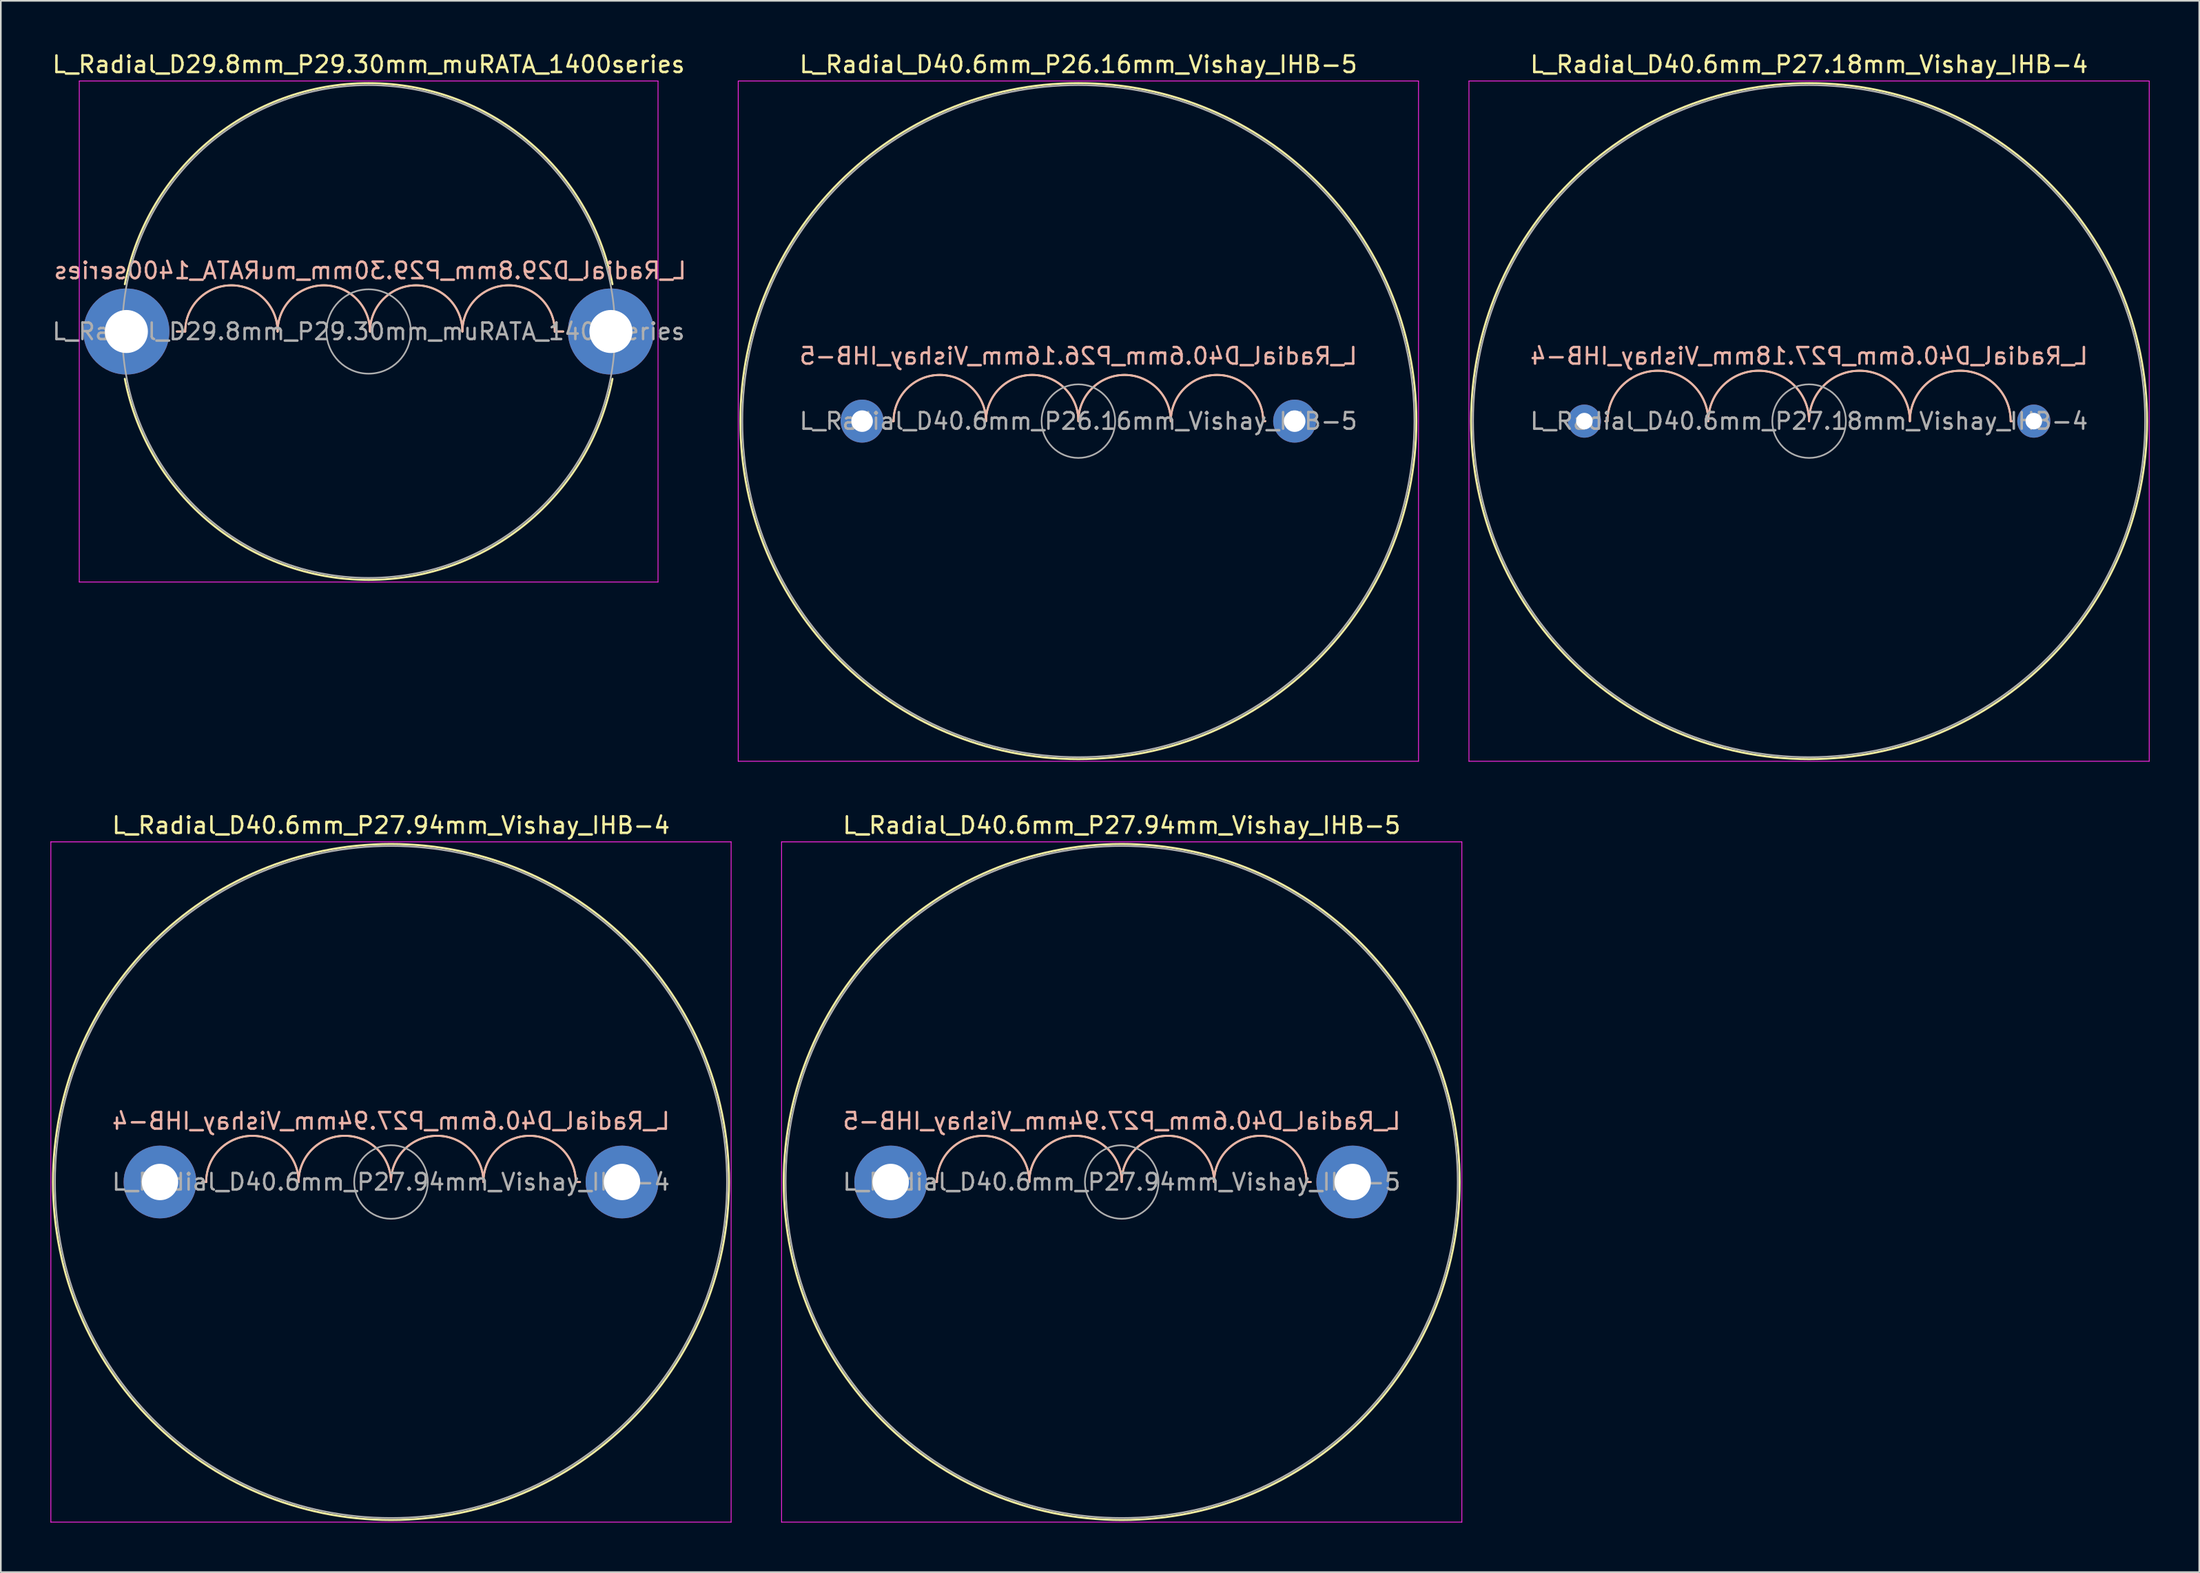
<source format=kicad_pcb>
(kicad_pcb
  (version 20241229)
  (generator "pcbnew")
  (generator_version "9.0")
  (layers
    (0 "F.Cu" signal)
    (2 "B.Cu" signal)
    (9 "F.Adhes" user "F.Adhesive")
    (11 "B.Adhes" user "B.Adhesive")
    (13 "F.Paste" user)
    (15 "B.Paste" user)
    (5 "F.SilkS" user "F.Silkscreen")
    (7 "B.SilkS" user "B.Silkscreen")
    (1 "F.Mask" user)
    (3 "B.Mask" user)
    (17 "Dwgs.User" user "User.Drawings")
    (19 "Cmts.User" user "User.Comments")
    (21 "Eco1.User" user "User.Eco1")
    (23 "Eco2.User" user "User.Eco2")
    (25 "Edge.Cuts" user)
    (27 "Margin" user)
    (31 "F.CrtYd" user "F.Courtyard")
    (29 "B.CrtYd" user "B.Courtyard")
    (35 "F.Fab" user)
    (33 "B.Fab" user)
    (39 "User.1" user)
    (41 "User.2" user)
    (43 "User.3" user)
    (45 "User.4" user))
  (footprint "L_Radial_D40.6mm_P26.16mm_Vishay_IHB-5"
    (layer "F.Cu")
    (at 49.085 22.418)
    (property "Reference" "L_Radial_D40.6mm_P26.16mm_Vishay_IHB-5" (at 13.08 -21.57 0) (layer "F.SilkS") (effects (font (size 1 1) (thickness 0.15))))
    (fp_line (start 1.904 0) (end 1.778 0) (stroke (width 0.12) (type solid)) (layer "F.SilkS"))
    (fp_line (start 24.256 0) (end 24.384 0) (stroke (width 0.12) (type solid)) (layer "F.SilkS"))
    (fp_arc (start 1.904 0) (mid 4.698 -2.794) (end 7.492 0) (stroke (width 0.12) (type solid)) (layer "F.SilkS"))
    (fp_arc (start 7.492 0) (mid 10.286 -2.794) (end 13.08 0) (stroke (width 0.12) (type solid)) (layer "F.SilkS"))
    (fp_arc (start 13.08 0) (mid 15.874 -2.794) (end 18.668 0) (stroke (width 0.12) (type solid)) (layer "F.SilkS"))
    (fp_arc (start 18.668 0) (mid 21.462 -2.794) (end 24.256 0) (stroke (width 0.12) (type solid)) (layer "F.SilkS"))
    (fp_circle (center 13.08 0) (end 33.52 0) (stroke (width 0.12) (type solid)) (fill no) (layer "F.SilkS"))
    (fp_line (start 1.906 0) (end 1.778 0) (stroke (width 0.12) (type solid)) (layer "B.SilkS"))
    (fp_line (start 24.258 0) (end 24.384 0) (stroke (width 0.12) (type solid)) (layer "B.SilkS"))
    (fp_arc (start 1.906 0) (mid 4.7 -2.794) (end 7.494 0) (stroke (width 0.12) (type solid)) (layer "B.SilkS"))
    (fp_arc (start 7.494 0) (mid 10.288 -2.794) (end 13.082 0) (stroke (width 0.12) (type solid)) (layer "B.SilkS"))
    (fp_arc (start 13.082 0) (mid 15.876 -2.794) (end 18.67 0) (stroke (width 0.12) (type solid)) (layer "B.SilkS"))
    (fp_arc (start 18.67 0) (mid 21.464 -2.794) (end 24.258 0) (stroke (width 0.12) (type solid)) (layer "B.SilkS"))
    (fp_line (start -7.49 -20.57) (end -7.49 20.57) (stroke (width 0.05) (type solid)) (layer "F.CrtYd"))
    (fp_line (start -7.49 20.57) (end 33.65 20.57) (stroke (width 0.05) (type solid)) (layer "F.CrtYd"))
    (fp_line (start 33.65 -20.57) (end -7.49 -20.57) (stroke (width 0.05) (type solid)) (layer "F.CrtYd"))
    (fp_line (start 33.65 20.57) (end 33.65 -20.57) (stroke (width 0.05) (type solid)) (layer "F.CrtYd"))
    (fp_circle (center 13.08 0) (end 15.305 0) (stroke (width 0.1) (type solid)) (fill no) (layer "F.Fab"))
    (fp_circle (center 13.08 0) (end 33.4 0) (stroke (width 0.1) (type solid)) (fill no) (layer "F.Fab"))
    (fp_text user "${REFERENCE}" (at 13.081 -3.937 0) (layer "B.SilkS") (effects (font (size 1 1) (thickness 0.15)) (justify mirror)))
    (fp_text user "${REFERENCE}" (at 13.08 0 0) (layer "F.Fab") (effects (font (size 1 1) (thickness 0.15))))
    (pad "1" thru_hole circle (at 0 0) (size 2.6 2.6) (drill 1.3) (layers "*.Cu" "*.Mask"))
    (pad "2" thru_hole circle (at 26.16 0) (size 2.6 2.6) (drill 1.3) (layers "*.Cu" "*.Mask")))
  (footprint "L_Radial_D40.6mm_P27.18mm_Vishay_IHB-4"
    (layer "F.Cu")
    (at 92.765 22.418)
    (property "Reference" "L_Radial_D40.6mm_P27.18mm_Vishay_IHB-4" (at 13.59 -21.57 0) (layer "F.SilkS") (effects (font (size 1 1) (thickness 0.15))))
    (fp_line (start 1.398 0) (end 1.27 0) (stroke (width 0.12) (type solid)) (layer "F.SilkS"))
    (fp_line (start 25.782 0) (end 25.908 0) (stroke (width 0.12) (type solid)) (layer "F.SilkS"))
    (fp_arc (start 1.398 0) (mid 4.446 -3.048) (end 7.494 0) (stroke (width 0.12) (type solid)) (layer "F.SilkS"))
    (fp_arc (start 7.494 0) (mid 10.542 -3.048) (end 13.59 0) (stroke (width 0.12) (type solid)) (layer "F.SilkS"))
    (fp_arc (start 13.59 0) (mid 16.638 -3.048) (end 19.686 0) (stroke (width 0.12) (type solid)) (layer "F.SilkS"))
    (fp_arc (start 19.686 0) (mid 22.734 -3.048) (end 25.782 0) (stroke (width 0.12) (type solid)) (layer "F.SilkS"))
    (fp_circle (center 13.59 0) (end 34.03 0) (stroke (width 0.12) (type solid)) (fill no) (layer "F.SilkS"))
    (fp_line (start 1.396 0) (end 1.27 0) (stroke (width 0.12) (type solid)) (layer "B.SilkS"))
    (fp_line (start 25.78 0) (end 25.908 0) (stroke (width 0.12) (type solid)) (layer "B.SilkS"))
    (fp_arc (start 1.396 0) (mid 4.444 -3.048) (end 7.492 0) (stroke (width 0.12) (type solid)) (layer "B.SilkS"))
    (fp_arc (start 7.492 0) (mid 10.54 -3.048) (end 13.588 0) (stroke (width 0.12) (type solid)) (layer "B.SilkS"))
    (fp_arc (start 13.588 0) (mid 16.636 -3.048) (end 19.684 0) (stroke (width 0.12) (type solid)) (layer "B.SilkS"))
    (fp_arc (start 19.684 0) (mid 22.732 -3.048) (end 25.78 0) (stroke (width 0.12) (type solid)) (layer "B.SilkS"))
    (fp_line (start -6.98 -20.57) (end -6.98 20.57) (stroke (width 0.05) (type solid)) (layer "F.CrtYd"))
    (fp_line (start -6.98 20.57) (end 34.16 20.57) (stroke (width 0.05) (type solid)) (layer "F.CrtYd"))
    (fp_line (start 34.16 -20.57) (end -6.98 -20.57) (stroke (width 0.05) (type solid)) (layer "F.CrtYd"))
    (fp_line (start 34.16 20.57) (end 34.16 -20.57) (stroke (width 0.05) (type solid)) (layer "F.CrtYd"))
    (fp_circle (center 13.59 0) (end 15.815 0) (stroke (width 0.1) (type solid)) (fill no) (layer "F.Fab"))
    (fp_circle (center 13.59 0) (end 33.91 0) (stroke (width 0.1) (type solid)) (fill no) (layer "F.Fab"))
    (fp_text user "${REFERENCE}" (at 13.589 -3.937 0) (layer "B.SilkS") (effects (font (size 1 1) (thickness 0.15)) (justify mirror)))
    (fp_text user "${REFERENCE}" (at 13.59 0 0) (layer "F.Fab") (effects (font (size 1 1) (thickness 0.15))))
    (pad "1" thru_hole circle (at 0 0) (size 2 2) (drill 1) (layers "*.Cu" "*.Mask"))
    (pad "2" thru_hole circle (at 27.18 0) (size 2 2) (drill 1) (layers "*.Cu" "*.Mask")))
  (footprint "L_Radial_D29.8mm_P29.30mm_muRATA_1400series"
    (layer "F.Cu")
    (at 4.594 16.998)
    (property "Reference" "L_Radial_D29.8mm_P29.30mm_muRATA_1400series" (at 14.65 -16.15 0) (layer "F.SilkS") (effects (font (size 1 1) (thickness 0.15))))
    (fp_line (start 3.556 0) (end 3.048 0) (stroke (width 0.12) (type solid)) (layer "F.SilkS"))
    (fp_line (start 25.908 0) (end 26.416 0) (stroke (width 0.12) (type solid)) (layer "F.SilkS"))
    (fp_arc (start -0.095196 -2.86) (mid 14.65 -15.02) (end 29.395196 -2.86) (stroke (width 0.12) (type solid)) (layer "F.SilkS"))
    (fp_arc (start 3.556 0) (mid 6.35 -2.794) (end 9.144 0) (stroke (width 0.12) (type solid)) (layer "F.SilkS"))
    (fp_arc (start 9.144 0) (mid 11.938 -2.794) (end 14.732 0) (stroke (width 0.12) (type solid)) (layer "F.SilkS"))
    (fp_arc (start 14.732 0) (mid 17.526 -2.794) (end 20.32 0) (stroke (width 0.12) (type solid)) (layer "F.SilkS"))
    (fp_arc (start 20.32 0) (mid 23.114 -2.794) (end 25.908 0) (stroke (width 0.12) (type solid)) (layer "F.SilkS"))
    (fp_arc (start 29.395196 2.86) (mid 14.65 15.02) (end -0.095196 2.86) (stroke (width 0.12) (type solid)) (layer "F.SilkS"))
    (fp_line (start 3.556 0) (end 3.048 0) (stroke (width 0.12) (type solid)) (layer "B.SilkS"))
    (fp_line (start 25.908 0) (end 26.416 0) (stroke (width 0.12) (type solid)) (layer "B.SilkS"))
    (fp_arc (start 3.556 0) (mid 6.35 -2.794) (end 9.144 0) (stroke (width 0.12) (type solid)) (layer "B.SilkS"))
    (fp_arc (start 9.144 0) (mid 11.938 -2.794) (end 14.732 0) (stroke (width 0.12) (type solid)) (layer "B.SilkS"))
    (fp_arc (start 14.732 0) (mid 17.526 -2.794) (end 20.32 0) (stroke (width 0.12) (type solid)) (layer "B.SilkS"))
    (fp_arc (start 20.32 0) (mid 23.114 -2.794) (end 25.908 0) (stroke (width 0.12) (type solid)) (layer "B.SilkS"))
    (fp_line (start -2.85 -15.15) (end -2.85 15.15) (stroke (width 0.05) (type solid)) (layer "F.CrtYd"))
    (fp_line (start -2.85 15.15) (end 32.15 15.15) (stroke (width 0.05) (type solid)) (layer "F.CrtYd"))
    (fp_line (start 32.15 -15.15) (end -2.85 -15.15) (stroke (width 0.05) (type solid)) (layer "F.CrtYd"))
    (fp_line (start 32.15 15.15) (end 32.15 -15.15) (stroke (width 0.05) (type solid)) (layer "F.CrtYd"))
    (fp_circle (center 14.65 0) (end 17.2 0) (stroke (width 0.1) (type solid)) (fill no) (layer "F.Fab"))
    (fp_circle (center 14.65 0) (end 29.55 0) (stroke (width 0.1) (type solid)) (fill no) (layer "F.Fab"))
    (fp_text user "${REFERENCE}" (at 14.732 -3.683 0) (layer "B.SilkS") (effects (font (size 1 1) (thickness 0.15)) (justify mirror)))
    (fp_text user "${REFERENCE}" (at 14.65 0 0) (layer "F.Fab") (effects (font (size 1 1) (thickness 0.15))))
    (pad "1" thru_hole circle (at 0 0) (size 5.2 5.2) (drill 2.6) (layers "*.Cu" "*.Mask"))
    (pad "2" thru_hole circle (at 29.3 0) (size 5.2 5.2) (drill 2.6) (layers "*.Cu" "*.Mask")))
  (footprint "L_Radial_D40.6mm_P27.94mm_Vishay_IHB-5"
    (layer "F.Cu")
    (at 50.815 68.431)
    (property "Reference" "L_Radial_D40.6mm_P27.94mm_Vishay_IHB-5" (at 13.97 -21.57 0) (layer "F.SilkS") (effects (font (size 1 1) (thickness 0.15))))
    (fp_line (start 2.794 0) (end 2.54 0) (stroke (width 0.12) (type solid)) (layer "F.SilkS"))
    (fp_line (start 25.146 0) (end 25.4 0) (stroke (width 0.12) (type solid)) (layer "F.SilkS"))
    (fp_arc (start 2.794 0) (mid 5.588 -2.794) (end 8.382 0) (stroke (width 0.12) (type solid)) (layer "F.SilkS"))
    (fp_arc (start 8.382 0) (mid 11.176 -2.794) (end 13.97 0) (stroke (width 0.12) (type solid)) (layer "F.SilkS"))
    (fp_arc (start 13.97 0) (mid 16.764 -2.794) (end 19.558 0) (stroke (width 0.12) (type solid)) (layer "F.SilkS"))
    (fp_arc (start 19.558 0) (mid 22.352 -2.794) (end 25.146 0) (stroke (width 0.12) (type solid)) (layer "F.SilkS"))
    (fp_circle (center 13.97 0) (end 34.41 0) (stroke (width 0.12) (type solid)) (fill no) (layer "F.SilkS"))
    (fp_line (start 2.794 0) (end 2.54 0) (stroke (width 0.12) (type solid)) (layer "B.SilkS"))
    (fp_line (start 25.146 0) (end 25.4 0) (stroke (width 0.12) (type solid)) (layer "B.SilkS"))
    (fp_arc (start 2.794 0) (mid 5.588 -2.794) (end 8.382 0) (stroke (width 0.12) (type solid)) (layer "B.SilkS"))
    (fp_arc (start 8.382 0) (mid 11.176 -2.794) (end 13.97 0) (stroke (width 0.12) (type solid)) (layer "B.SilkS"))
    (fp_arc (start 13.97 0) (mid 16.764 -2.794) (end 19.558 0) (stroke (width 0.12) (type solid)) (layer "B.SilkS"))
    (fp_arc (start 19.558 0) (mid 22.352 -2.794) (end 25.146 0) (stroke (width 0.12) (type solid)) (layer "B.SilkS"))
    (fp_line (start -6.6 -20.57) (end -6.6 20.57) (stroke (width 0.05) (type solid)) (layer "F.CrtYd"))
    (fp_line (start -6.6 20.57) (end 34.54 20.57) (stroke (width 0.05) (type solid)) (layer "F.CrtYd"))
    (fp_line (start 34.54 -20.57) (end -6.6 -20.57) (stroke (width 0.05) (type solid)) (layer "F.CrtYd"))
    (fp_line (start 34.54 20.57) (end 34.54 -20.57) (stroke (width 0.05) (type solid)) (layer "F.CrtYd"))
    (fp_circle (center 13.97 0) (end 16.195 0) (stroke (width 0.1) (type solid)) (fill no) (layer "F.Fab"))
    (fp_circle (center 13.97 0) (end 34.29 0) (stroke (width 0.1) (type solid)) (fill no) (layer "F.Fab"))
    (fp_text user "${REFERENCE}" (at 13.97 -3.683 0) (layer "B.SilkS") (effects (font (size 1 1) (thickness 0.15)) (justify mirror)))
    (fp_text user "${REFERENCE}" (at 13.97 0 0) (layer "F.Fab") (effects (font (size 1 1) (thickness 0.15))))
    (pad "1" thru_hole circle (at 0 0) (size 4.4 4.4) (drill 2.2) (layers "*.Cu" "*.Mask"))
    (pad "2" thru_hole circle (at 27.94 0) (size 4.4 4.4) (drill 2.2) (layers "*.Cu" "*.Mask")))
  (footprint "L_Radial_D40.6mm_P27.94mm_Vishay_IHB-4"
    (layer "F.Cu")
    (at 6.625 68.431)
    (property "Reference" "L_Radial_D40.6mm_P27.94mm_Vishay_IHB-4" (at 13.97 -21.57 0) (layer "F.SilkS") (effects (font (size 1 1) (thickness 0.15))))
    (fp_line (start 2.794 0) (end 2.54 0) (stroke (width 0.12) (type solid)) (layer "F.SilkS"))
    (fp_line (start 25.146 0) (end 25.4 0) (stroke (width 0.12) (type solid)) (layer "F.SilkS"))
    (fp_arc (start 2.794 0) (mid 5.588 -2.794) (end 8.382 0) (stroke (width 0.12) (type solid)) (layer "F.SilkS"))
    (fp_arc (start 8.382 0) (mid 11.176 -2.794) (end 13.97 0) (stroke (width 0.12) (type solid)) (layer "F.SilkS"))
    (fp_arc (start 13.97 0) (mid 16.764 -2.794) (end 19.558 0) (stroke (width 0.12) (type solid)) (layer "F.SilkS"))
    (fp_arc (start 19.558 0) (mid 22.352 -2.794) (end 25.146 0) (stroke (width 0.12) (type solid)) (layer "F.SilkS"))
    (fp_circle (center 13.97 0) (end 34.41 0) (stroke (width 0.12) (type solid)) (fill no) (layer "F.SilkS"))
    (fp_line (start 2.794 0) (end 2.54 0) (stroke (width 0.12) (type solid)) (layer "B.SilkS"))
    (fp_line (start 25.146 0) (end 25.4 0) (stroke (width 0.12) (type solid)) (layer "B.SilkS"))
    (fp_arc (start 2.794 0) (mid 5.588 -2.794) (end 8.382 0) (stroke (width 0.12) (type solid)) (layer "B.SilkS"))
    (fp_arc (start 8.382 0) (mid 11.176 -2.794) (end 13.97 0) (stroke (width 0.12) (type solid)) (layer "B.SilkS"))
    (fp_arc (start 13.97 0) (mid 16.764 -2.794) (end 19.558 0) (stroke (width 0.12) (type solid)) (layer "B.SilkS"))
    (fp_arc (start 19.558 0) (mid 22.352 -2.794) (end 25.146 0) (stroke (width 0.12) (type solid)) (layer "B.SilkS"))
    (fp_line (start -6.6 -20.57) (end -6.6 20.57) (stroke (width 0.05) (type solid)) (layer "F.CrtYd"))
    (fp_line (start -6.6 20.57) (end 34.54 20.57) (stroke (width 0.05) (type solid)) (layer "F.CrtYd"))
    (fp_line (start 34.54 -20.57) (end -6.6 -20.57) (stroke (width 0.05) (type solid)) (layer "F.CrtYd"))
    (fp_line (start 34.54 20.57) (end 34.54 -20.57) (stroke (width 0.05) (type solid)) (layer "F.CrtYd"))
    (fp_circle (center 13.97 0) (end 16.195 0) (stroke (width 0.1) (type solid)) (fill no) (layer "F.Fab"))
    (fp_circle (center 13.97 0) (end 34.29 0) (stroke (width 0.1) (type solid)) (fill no) (layer "F.Fab"))
    (fp_text user "${REFERENCE}" (at 13.97 -3.683 0) (layer "B.SilkS") (effects (font (size 1 1) (thickness 0.15)) (justify mirror)))
    (fp_text user "${REFERENCE}" (at 13.97 0 0) (layer "F.Fab") (effects (font (size 1 1) (thickness 0.15))))
    (pad "1" thru_hole circle (at 0 0) (size 4.4 4.4) (drill 2.2) (layers "*.Cu" "*.Mask"))
    (pad "2" thru_hole circle (at 27.94 0) (size 4.4 4.4) (drill 2.2) (layers "*.Cu" "*.Mask")))
  (gr_rect
    (start -3 -3)
    (end 129.95 92.026)
    (stroke (width 0.1) (type default))
    (fill no)
    (layer "Edge.Cuts")))
</source>
